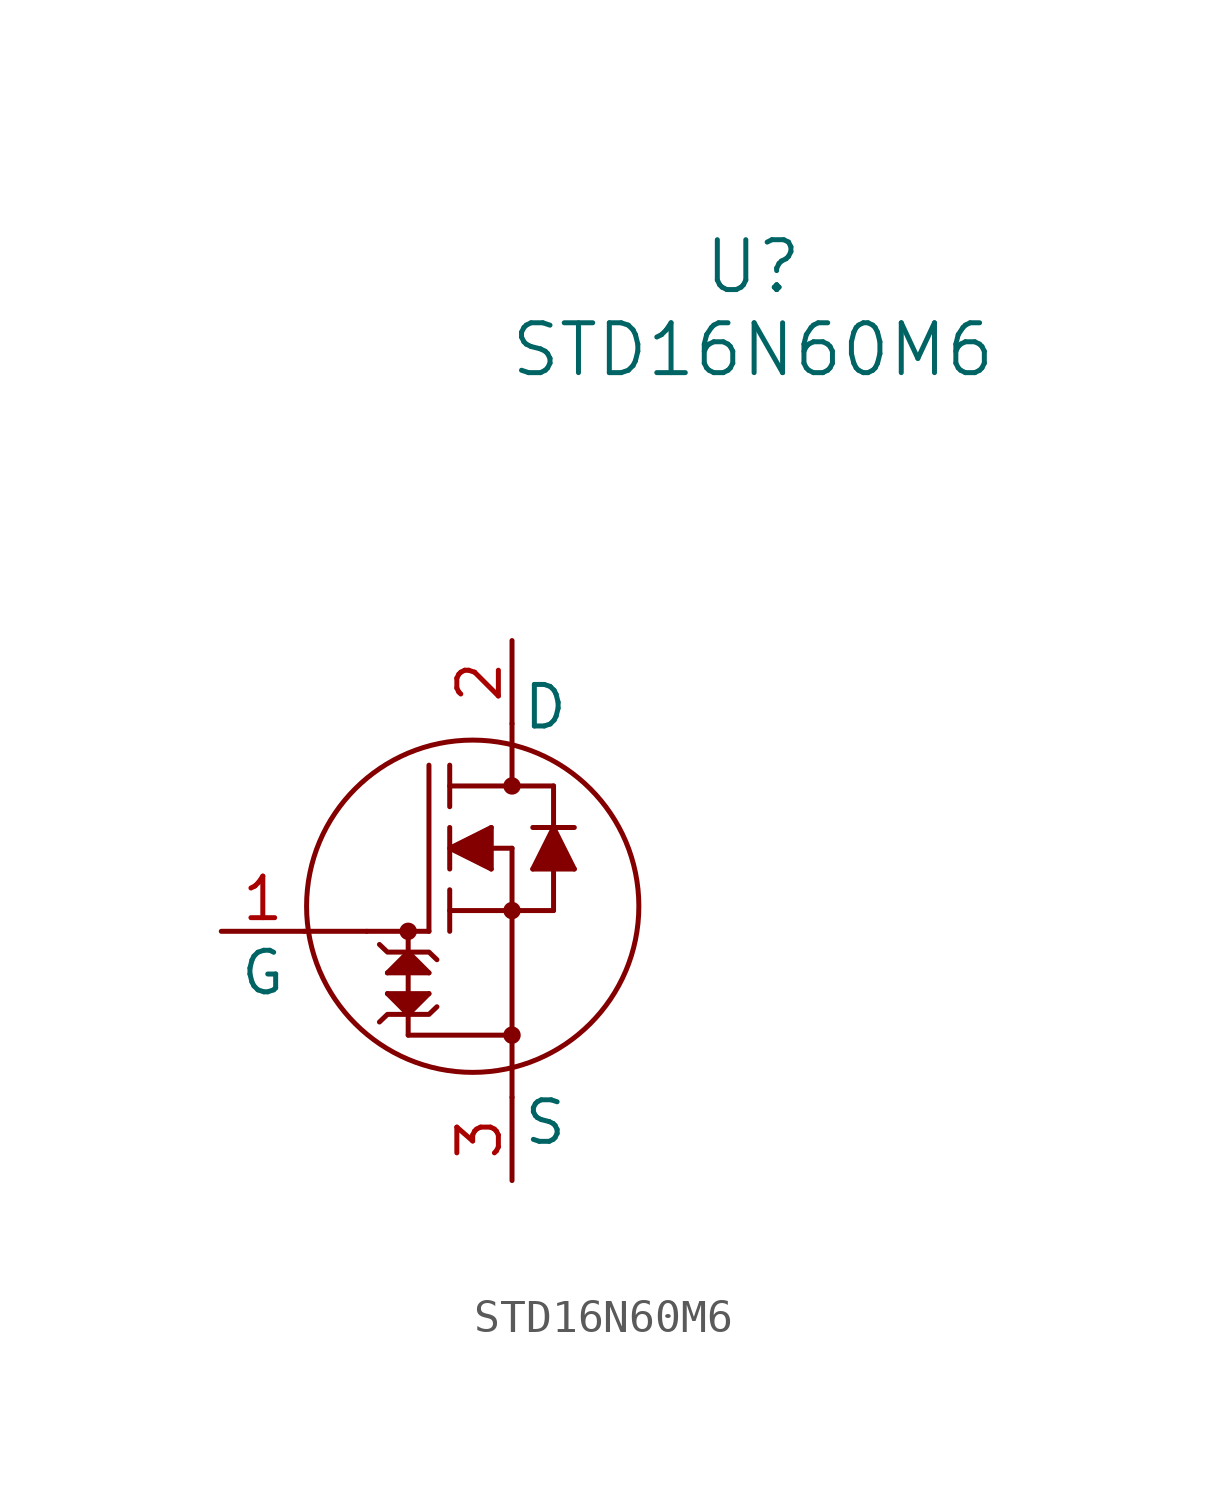
<source format=kicad_sym>
(kicad_symbol_lib
  (version 20231120)
  (generator "kicad_symbol_editor")
  (generator_version "8.0")
  (symbol "STD16N60M6"
    (pin_names
      (offset 0.254))
    (property "Reference" "U"
      (at 13.716 17.78 0)
      (effects (font (size 1.524 1.524))))
    (property "Value" "STD16N60M6"
      (at 13.716 15.24 0)
      (effects (font (size 1.524 1.524))))
    (property "ki_locked" ""
      (at 0 0 0)
      (effects (font (size 1.27 1.27))))
    (symbol "STD16N60M6_0_1"
      (polyline (pts (xy 1.905 -2.54) (xy 3.81 -2.54)) (stroke (width 0) (type default)) (fill (type none)))
      (polyline (pts (xy 3.81 -2.54) (xy 3.81 2.54)) (stroke (width 0) (type default)) (fill (type none)))
      (polyline (pts (xy 4.445 -2.54) (xy 4.445 -1.27)) (stroke (width 0) (type default)) (fill (type none)))
      (polyline (pts (xy 4.445 -1.905) (xy 6.35 -1.905)) (stroke (width 0) (type default)) (fill (type none)))
      (polyline (pts (xy 4.445 -0.635) (xy 4.445 0.635)) (stroke (width 0) (type default)) (fill (type none)))
      (polyline (pts (xy 4.445 1.27) (xy 4.445 2.54)) (stroke (width 0) (type default)) (fill (type none)))
      (polyline (pts (xy 4.445 1.905) (xy 6.35 1.905)) (stroke (width 0) (type default)) (fill (type none)))
      (polyline (pts (xy 5.715 0) (xy 6.35 0)) (stroke (width 0) (type default)) (fill (type none)))
      (polyline (pts (xy 6.35 -7.62) (xy 6.35 -5.715)) (stroke (width 0) (type default)) (fill (type none)))
      (polyline (pts (xy 6.35 -5.715) (xy 3.175 -5.715)) (stroke (width 0) (type default)) (fill (type none)))
      (polyline (pts (xy 6.35 -5.715) (xy 6.35 -1.905)) (stroke (width 0) (type default)) (fill (type none)))
      (polyline (pts (xy 6.35 -1.905) (xy 6.35 0)) (stroke (width 0) (type default)) (fill (type none)))
      (polyline (pts (xy 6.35 -1.905) (xy 7.62 -1.905)) (stroke (width 0) (type default)) (fill (type none)))
      (polyline (pts (xy 6.35 1.905) (xy 7.62 1.905)) (stroke (width 0) (type default)) (fill (type none)))
      (polyline (pts (xy 6.35 3.81) (xy 6.35 1.905)) (stroke (width 0) (type default)) (fill (type none)))
      (polyline (pts (xy 7.62 -1.905) (xy 7.62 -0.635)) (stroke (width 0) (type default)) (fill (type none)))
      (polyline (pts (xy 7.62 0.635) (xy 7.62 1.905)) (stroke (width 0) (type default)) (fill (type none)))
      (polyline (pts (xy 8.255 0.635) (xy 6.985 0.635)) (stroke (width 0) (type default)) (fill (type none)))
      (polyline (pts (xy 2.54 -4.445) (xy 3.175 -5.08) (xy 3.81 -4.445)) (stroke (width 0) (type default)) (fill (type outline)))
      (polyline (pts (xy 3.81 -3.81) (xy 3.175 -3.175) (xy 2.54 -3.81)) (stroke (width 0) (type default)) (fill (type outline)))
      (polyline (pts (xy 5.715 0.635) (xy 4.445 0) (xy 5.715 -0.635)) (stroke (width 0) (type default)) (fill (type outline)))
      (polyline (pts (xy 8.255 -0.635) (xy 7.62 0.635) (xy 6.985 -0.635)) (stroke (width 0) (type default)) (fill (type outline)))
      (circle (center 3.175 -2.54) (radius 0.025) (stroke (width 0) (type default)) (fill (type none)))
      (circle (center 3.175 -2.54) (radius 0.19) (stroke (width 0) (type default)) (fill (type outline)))
      (circle (center 5.148 -1.773) (radius 5.08) (stroke (width 0) (type default)) (fill (type none)))
      (circle (center 6.35 -5.715) (radius 0.19) (stroke (width 0) (type default)) (fill (type outline)))
      (circle (center 6.35 -1.905) (radius 0.025) (stroke (width 0) (type default)) (fill (type none)))
      (circle (center 6.35 -1.905) (radius 0.19) (stroke (width 0) (type default)) (fill (type outline)))
      (circle (center 6.35 1.905) (radius 0.025) (stroke (width 0) (type default)) (fill (type none)))
      (circle (center 6.35 1.905) (radius 0.19) (stroke (width 0) (type default)) (fill (type outline))))
    (symbol "STD16N60M6_1_1"
      (polyline (pts (xy 1.905 -2.54) (xy 0 -2.54)) (stroke (width 0) (type default)) (fill (type none)))
      (polyline (pts (xy 2.54 -4.445) (xy 3.81 -4.445)) (stroke (width 0) (type default)) (fill (type outline)))
      (polyline (pts (xy 3.175 -5.08) (xy 3.175 -5.715)) (stroke (width 0) (type default)) (fill (type none)))
      (polyline (pts (xy 3.175 -3.81) (xy 3.175 -4.445)) (stroke (width 0) (type default)) (fill (type none)))
      (polyline (pts (xy 3.175 -3.175) (xy 3.175 -2.54)) (stroke (width 0) (type default)) (fill (type none)))
      (polyline (pts (xy 3.81 -3.81) (xy 2.54 -3.81)) (stroke (width 0) (type default)) (fill (type outline)))
      (polyline (pts (xy 5.715 0.635) (xy 5.715 -0.635)) (stroke (width 0) (type default)) (fill (type outline)))
      (polyline (pts (xy 8.255 -0.635) (xy 6.985 -0.635)) (stroke (width 0) (type default)) (fill (type outline)))
      (polyline (pts (xy 3.175 -5.08) (xy 2.54 -5.08) (xy 2.296 -5.313)) (stroke (width 0) (type default)) (fill (type none)))
      (polyline (pts (xy 3.175 -5.08) (xy 3.81 -5.08) (xy 4.054 -4.847)) (stroke (width 0) (type default)) (fill (type none)))
      (polyline (pts (xy 3.175 -3.175) (xy 2.54 -3.175) (xy 2.296 -2.942)) (stroke (width 0) (type default)) (fill (type none)))
      (polyline (pts (xy 3.175 -3.175) (xy 3.81 -3.175) (xy 4.054 -3.408)) (stroke (width 0) (type default)) (fill (type none)))
      (text "D" (at 7.366 4.318 0) (effects (font (size 1.27 1.27) (color 0 100 100 1))))
      (text "G" (at -1.27 -3.81 0) (effects (font (size 1.27 1.27) (color 0 100 100 1))))
      (text "S" (at 7.366 -8.382 0) (effects (font (size 1.27 1.27) (color 0 100 100 1))))
      (pin input line (at -2.54 -2.54 0) (length 2.54) (name "" (effects (font (size 1.27 1.27)))) (number "1" (effects (font (size 1.27 1.27)))))
      (pin passive line (at 6.35 6.35 270) (length 2.54) (name "" (effects (font (size 1.27 1.27)))) (number "2" (effects (font (size 1.27 1.27)))))
      (pin passive line (at 6.35 -10.16 90) (length 2.54) (name "" (effects (font (size 1.27 1.27)))) (number "3" (effects (font (size 1.27 1.27))))))))
</source>
